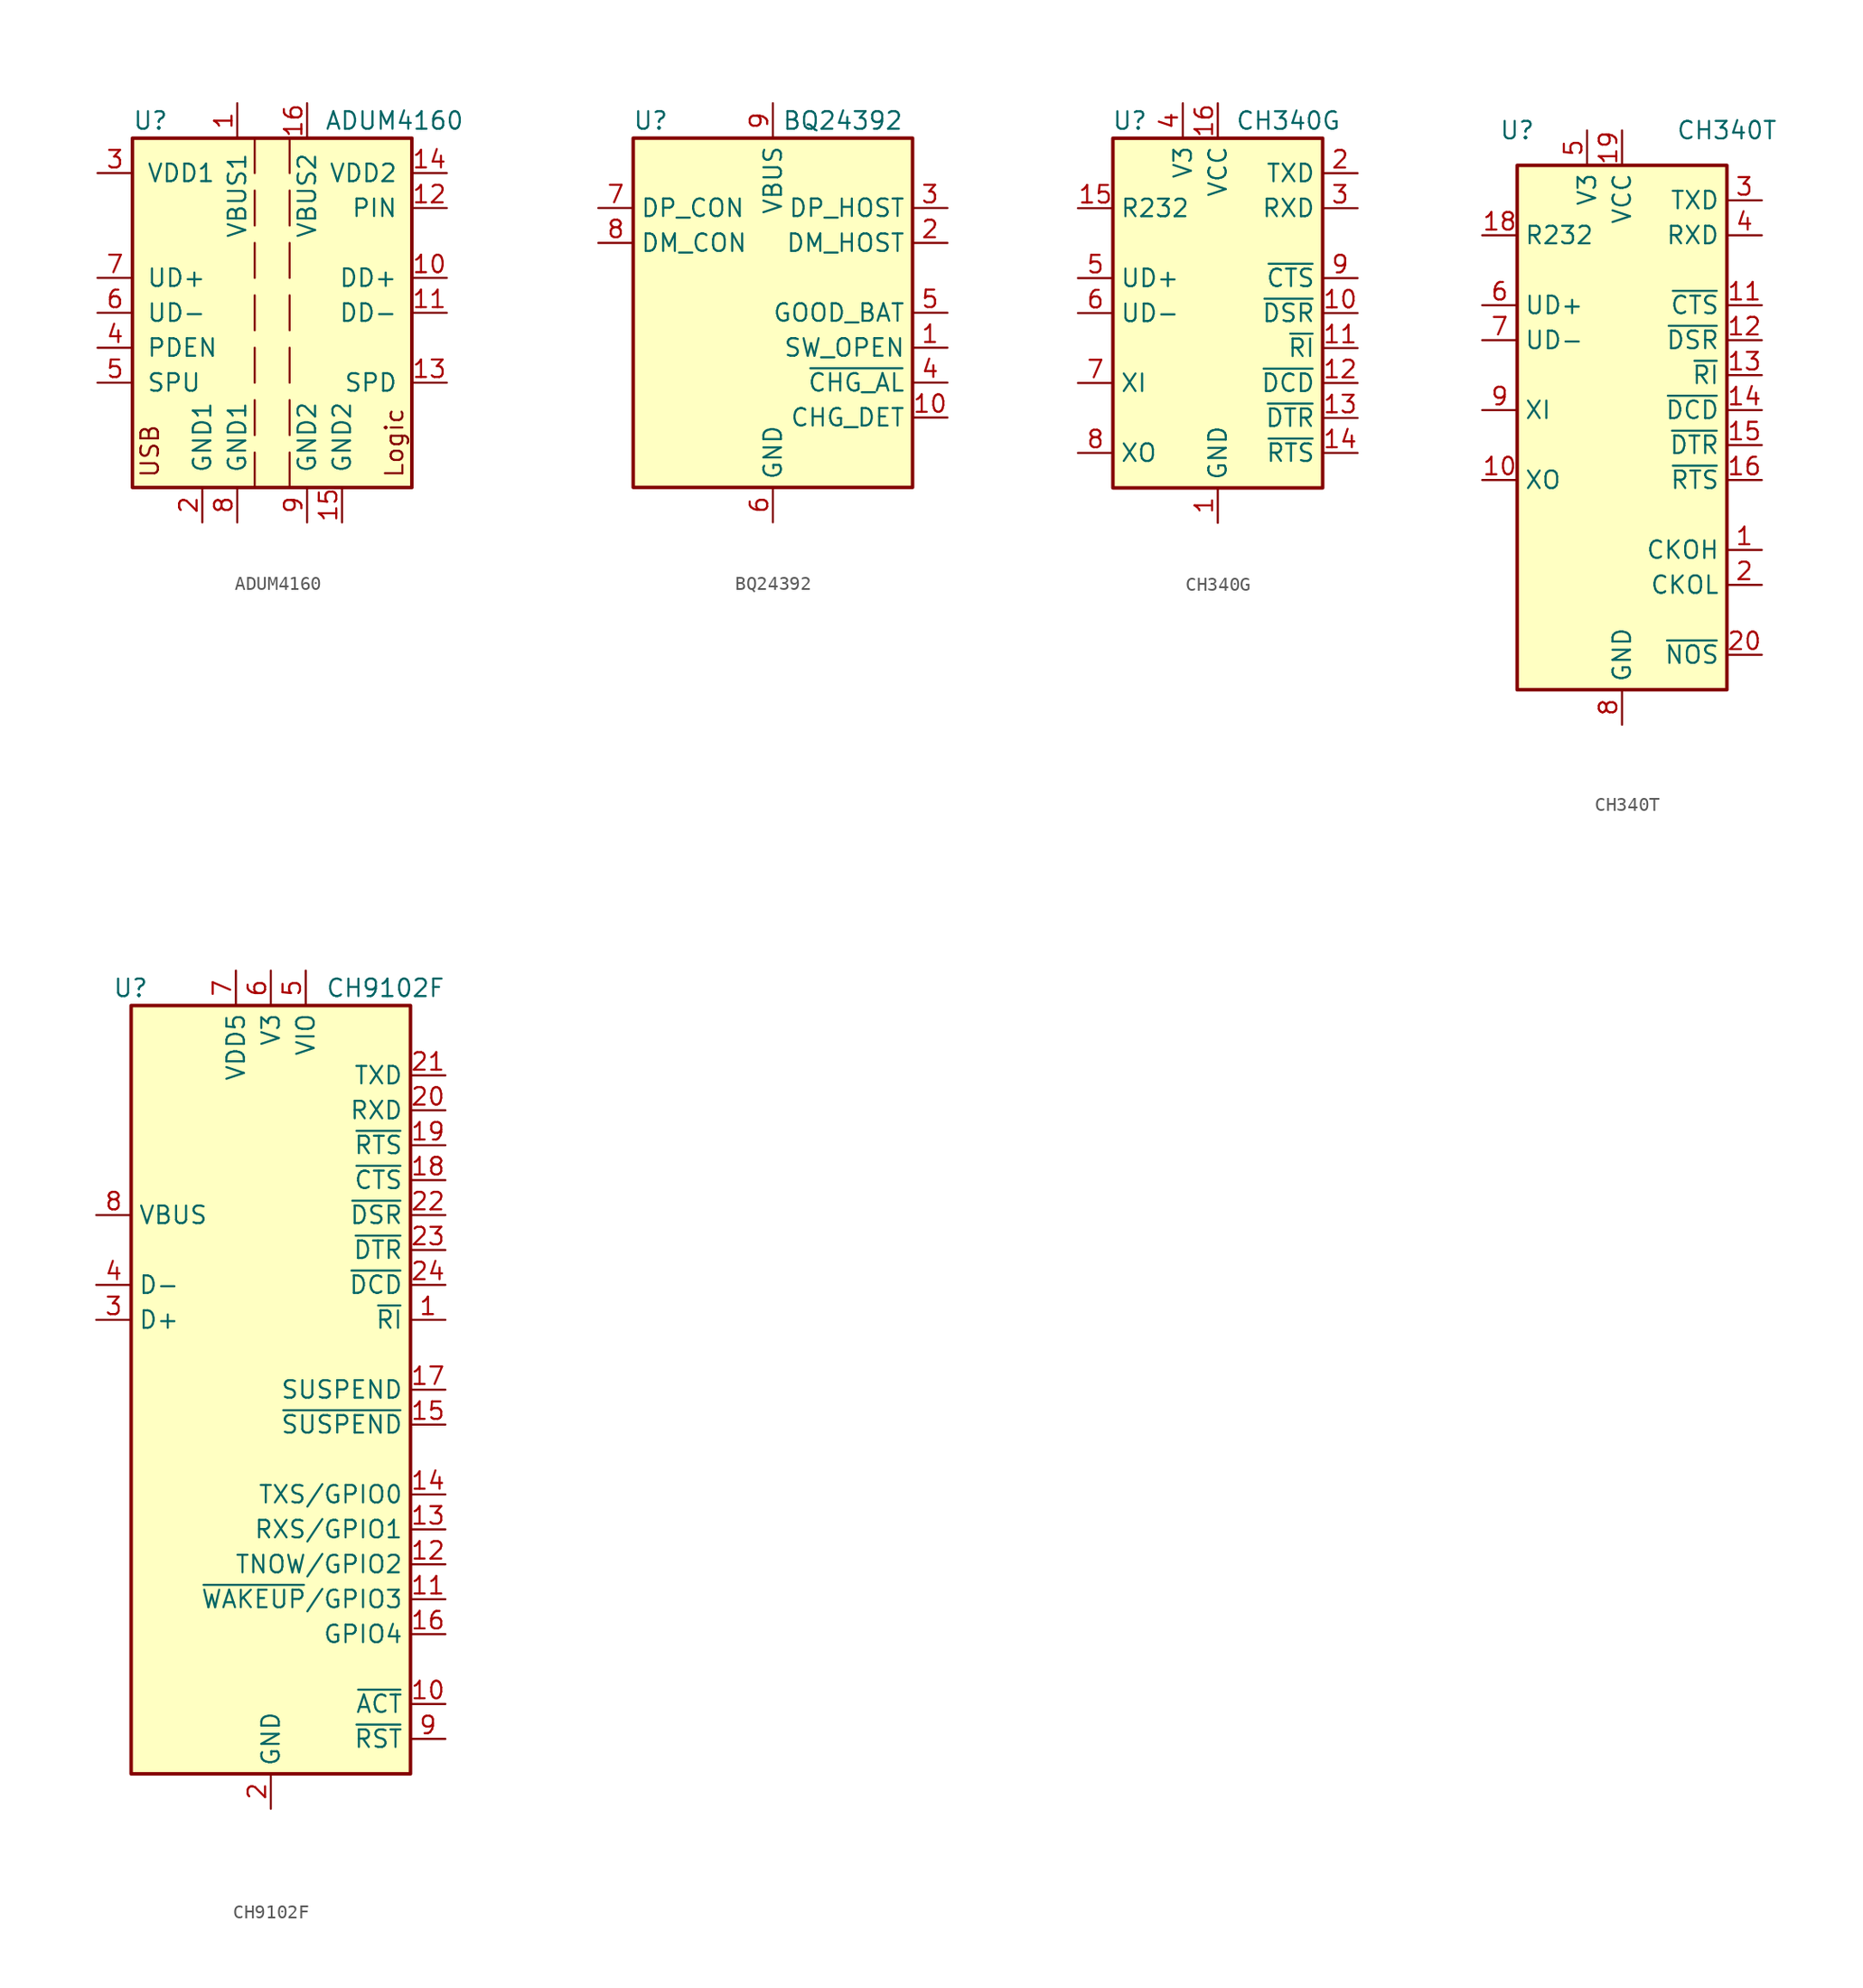
<source format=kicad_sym>
(kicad_symbol_lib
  (version 20220914)
  (generator kicad_symbol_editor)
  (symbol "ADUM4160"
    (pin_names
      (offset 1.016))
    (property "Reference" "U"
      (at -10.16 13.97 0)
      (effects (font (size 1.27 1.27)) (justify left)))
    (property "Value" "ADUM4160"
      (at 3.81 13.97 0)
      (effects (font (size 1.27 1.27)) (justify left)))
    (symbol "ADUM4160_0_0"
      (text "Logic" (at 8.89 -12.065 900) (effects (font (size 1.27 1.27)) (justify left))))
    (symbol "ADUM4160_0_1"
      (rectangle (start -10.16 12.7) (end 10.16 -12.7) (stroke (width 0.254) (type default)) (fill (type background)))
      (polyline (pts (xy -1.27 -10.16) (xy -1.27 -12.7)) (stroke (width 0) (type default)) (fill (type none)))
      (polyline (pts (xy -1.27 -6.35) (xy -1.27 -8.89)) (stroke (width 0) (type default)) (fill (type none)))
      (polyline (pts (xy -1.27 -2.54) (xy -1.27 -5.08)) (stroke (width 0) (type default)) (fill (type none)))
      (polyline (pts (xy -1.27 1.27) (xy -1.27 -1.27)) (stroke (width 0) (type default)) (fill (type none)))
      (polyline (pts (xy -1.27 5.08) (xy -1.27 2.54)) (stroke (width 0) (type default)) (fill (type none)))
      (polyline (pts (xy -1.27 8.89) (xy -1.27 6.35)) (stroke (width 0) (type default)) (fill (type none)))
      (polyline (pts (xy -1.27 12.7) (xy -1.27 10.16)) (stroke (width 0) (type default)) (fill (type none)))
      (polyline (pts (xy 1.27 -10.16) (xy 1.27 -12.7)) (stroke (width 0) (type default)) (fill (type none)))
      (polyline (pts (xy 1.27 -6.35) (xy 1.27 -8.89)) (stroke (width 0) (type default)) (fill (type none)))
      (polyline (pts (xy 1.27 -2.54) (xy 1.27 -5.08)) (stroke (width 0) (type default)) (fill (type none)))
      (polyline (pts (xy 1.27 1.27) (xy 1.27 -1.27)) (stroke (width 0) (type default)) (fill (type none)))
      (polyline (pts (xy 1.27 5.08) (xy 1.27 2.54)) (stroke (width 0) (type default)) (fill (type none)))
      (polyline (pts (xy 1.27 8.89) (xy 1.27 6.35)) (stroke (width 0) (type default)) (fill (type none)))
      (polyline (pts (xy 1.27 12.7) (xy 1.27 10.16)) (stroke (width 0) (type default)) (fill (type none))))
    (symbol "ADUM4160_1_0"
      (text "USB" (at -8.89 -12.065 900) (effects (font (size 1.27 1.27)) (justify left))))
    (symbol "ADUM4160_1_1"
      (pin power_in line (at -2.54 15.24 270) (length 2.54) (name "VBUS1" (effects (font (size 1.27 1.27)))) (number "1" (effects (font (size 1.27 1.27)))))
      (pin bidirectional line (at 12.7 2.54 180) (length 2.54) (name "DD+" (effects (font (size 1.27 1.27)))) (number "10" (effects (font (size 1.27 1.27)))))
      (pin bidirectional line (at 12.7 0 180) (length 2.54) (name "DD-" (effects (font (size 1.27 1.27)))) (number "11" (effects (font (size 1.27 1.27)))))
      (pin input line (at 12.7 7.62 180) (length 2.54) (name "PIN" (effects (font (size 1.27 1.27)))) (number "12" (effects (font (size 1.27 1.27)))))
      (pin input line (at 12.7 -5.08 180) (length 2.54) (name "SPD" (effects (font (size 1.27 1.27)))) (number "13" (effects (font (size 1.27 1.27)))))
      (pin power_in line (at 12.7 10.16 180) (length 2.54) (name "VDD2" (effects (font (size 1.27 1.27)))) (number "14" (effects (font (size 1.27 1.27)))))
      (pin power_in line (at 5.08 -15.24 90) (length 2.54) (name "GND2" (effects (font (size 1.27 1.27)))) (number "15" (effects (font (size 1.27 1.27)))))
      (pin power_in line (at 2.54 15.24 270) (length 2.54) (name "VBUS2" (effects (font (size 1.27 1.27)))) (number "16" (effects (font (size 1.27 1.27)))))
      (pin power_in line (at -5.08 -15.24 90) (length 2.54) (name "GND1" (effects (font (size 1.27 1.27)))) (number "2" (effects (font (size 1.27 1.27)))))
      (pin power_in line (at -12.7 10.16 0) (length 2.54) (name "VDD1" (effects (font (size 1.27 1.27)))) (number "3" (effects (font (size 1.27 1.27)))))
      (pin input line (at -12.7 -2.54 0) (length 2.54) (name "PDEN" (effects (font (size 1.27 1.27)))) (number "4" (effects (font (size 1.27 1.27)))))
      (pin input line (at -12.7 -5.08 0) (length 2.54) (name "SPU" (effects (font (size 1.27 1.27)))) (number "5" (effects (font (size 1.27 1.27)))))
      (pin bidirectional line (at -12.7 0 0) (length 2.54) (name "UD-" (effects (font (size 1.27 1.27)))) (number "6" (effects (font (size 1.27 1.27)))))
      (pin bidirectional line (at -12.7 2.54 0) (length 2.54) (name "UD+" (effects (font (size 1.27 1.27)))) (number "7" (effects (font (size 1.27 1.27)))))
      (pin power_in line (at -2.54 -15.24 90) (length 2.54) (name "GND1" (effects (font (size 1.27 1.27)))) (number "8" (effects (font (size 1.27 1.27)))))
      (pin power_in line (at 2.54 -15.24 90) (length 2.54) (name "GND2" (effects (font (size 1.27 1.27)))) (number "9" (effects (font (size 1.27 1.27)))))))
  (symbol "BQ24392"
    (property "Reference" "U"
      (at -8.89 13.97 0)
      (effects (font (size 1.27 1.27))))
    (property "Value" "BQ24392"
      (at 5.08 13.97 0)
      (effects (font (size 1.27 1.27))))
    (symbol "BQ24392_0_1"
      (rectangle (start -10.16 12.7) (end 10.16 -12.7) (stroke (width 0.254) (type default)) (fill (type background))))
    (symbol "BQ24392_1_1"
      (pin open_collector line (at 12.7 -2.54 180) (length 2.54) (name "SW_OPEN" (effects (font (size 1.27 1.27)))) (number "1" (effects (font (size 1.27 1.27)))))
      (pin output line (at 12.7 -7.62 180) (length 2.54) (name "CHG_DET" (effects (font (size 1.27 1.27)))) (number "10" (effects (font (size 1.27 1.27)))))
      (pin bidirectional line (at 12.7 5.08 180) (length 2.54) (name "DM_HOST" (effects (font (size 1.27 1.27)))) (number "2" (effects (font (size 1.27 1.27)))))
      (pin bidirectional line (at 12.7 7.62 180) (length 2.54) (name "DP_HOST" (effects (font (size 1.27 1.27)))) (number "3" (effects (font (size 1.27 1.27)))))
      (pin open_collector line (at 12.7 -5.08 180) (length 2.54) (name "~{CHG_AL}" (effects (font (size 1.27 1.27)))) (number "4" (effects (font (size 1.27 1.27)))))
      (pin input line (at 12.7 0 180) (length 2.54) (name "GOOD_BAT" (effects (font (size 1.27 1.27)))) (number "5" (effects (font (size 1.27 1.27)))))
      (pin power_in line (at 0 -15.24 90) (length 2.54) (name "GND" (effects (font (size 1.27 1.27)))) (number "6" (effects (font (size 1.27 1.27)))))
      (pin bidirectional line (at -12.7 7.62 0) (length 2.54) (name "DP_CON" (effects (font (size 1.27 1.27)))) (number "7" (effects (font (size 1.27 1.27)))))
      (pin bidirectional line (at -12.7 5.08 0) (length 2.54) (name "DM_CON" (effects (font (size 1.27 1.27)))) (number "8" (effects (font (size 1.27 1.27)))))
      (pin power_in line (at 0 15.24 270) (length 2.54) (name "VBUS" (effects (font (size 1.27 1.27)))) (number "9" (effects (font (size 1.27 1.27)))))))
  (symbol "CH340G"
    (property "Reference" "U"
      (at -5.08 13.97 0)
      (effects (font (size 1.27 1.27)) (justify right)))
    (property "Value" "CH340G"
      (at 1.27 13.97 0)
      (effects (font (size 1.27 1.27)) (justify left)))
    (symbol "CH340G_0_1"
      (rectangle (start -7.62 12.7) (end 7.62 -12.7) (stroke (width 0.254) (type default)) (fill (type background))))
    (symbol "CH340G_1_1"
      (pin power_in line (at 0 -15.24 90) (length 2.54) (name "GND" (effects (font (size 1.27 1.27)))) (number "1" (effects (font (size 1.27 1.27)))))
      (pin input line (at 10.16 0 180) (length 2.54) (name "~{DSR}" (effects (font (size 1.27 1.27)))) (number "10" (effects (font (size 1.27 1.27)))))
      (pin input line (at 10.16 -2.54 180) (length 2.54) (name "~{RI}" (effects (font (size 1.27 1.27)))) (number "11" (effects (font (size 1.27 1.27)))))
      (pin input line (at 10.16 -5.08 180) (length 2.54) (name "~{DCD}" (effects (font (size 1.27 1.27)))) (number "12" (effects (font (size 1.27 1.27)))))
      (pin output line (at 10.16 -7.62 180) (length 2.54) (name "~{DTR}" (effects (font (size 1.27 1.27)))) (number "13" (effects (font (size 1.27 1.27)))))
      (pin output line (at 10.16 -10.16 180) (length 2.54) (name "~{RTS}" (effects (font (size 1.27 1.27)))) (number "14" (effects (font (size 1.27 1.27)))))
      (pin input line (at -10.16 7.62 0) (length 2.54) (name "R232" (effects (font (size 1.27 1.27)))) (number "15" (effects (font (size 1.27 1.27)))))
      (pin power_in line (at 0 15.24 270) (length 2.54) (name "VCC" (effects (font (size 1.27 1.27)))) (number "16" (effects (font (size 1.27 1.27)))))
      (pin output line (at 10.16 10.16 180) (length 2.54) (name "TXD" (effects (font (size 1.27 1.27)))) (number "2" (effects (font (size 1.27 1.27)))))
      (pin input line (at 10.16 7.62 180) (length 2.54) (name "RXD" (effects (font (size 1.27 1.27)))) (number "3" (effects (font (size 1.27 1.27)))))
      (pin passive line (at -2.54 15.24 270) (length 2.54) (name "V3" (effects (font (size 1.27 1.27)))) (number "4" (effects (font (size 1.27 1.27)))))
      (pin bidirectional line (at -10.16 2.54 0) (length 2.54) (name "UD+" (effects (font (size 1.27 1.27)))) (number "5" (effects (font (size 1.27 1.27)))))
      (pin bidirectional line (at -10.16 0 0) (length 2.54) (name "UD-" (effects (font (size 1.27 1.27)))) (number "6" (effects (font (size 1.27 1.27)))))
      (pin input line (at -10.16 -5.08 0) (length 2.54) (name "XI" (effects (font (size 1.27 1.27)))) (number "7" (effects (font (size 1.27 1.27)))))
      (pin output line (at -10.16 -10.16 0) (length 2.54) (name "XO" (effects (font (size 1.27 1.27)))) (number "8" (effects (font (size 1.27 1.27)))))
      (pin input line (at 10.16 2.54 180) (length 2.54) (name "~{CTS}" (effects (font (size 1.27 1.27)))) (number "9" (effects (font (size 1.27 1.27)))))))
  (symbol "CH340T"
    (property "Reference" "U"
      (at -7.62 22.86 0)
      (effects (font (size 1.27 1.27))))
    (property "Value" "CH340T"
      (at 7.62 22.86 0)
      (effects (font (size 1.27 1.27))))
    (symbol "CH340T_1_1"
      (rectangle (start -7.62 20.32) (end 7.62 -17.78) (stroke (width 0.254) (type default)) (fill (type background)))
      (pin output line (at 10.16 -7.62 180) (length 2.54) (name "CKOH" (effects (font (size 1.27 1.27)))) (number "1" (effects (font (size 1.27 1.27)))))
      (pin output line (at -10.16 -2.54 0) (length 2.54) (name "XO" (effects (font (size 1.27 1.27)))) (number "10" (effects (font (size 1.27 1.27)))))
      (pin input line (at 10.16 10.16 180) (length 2.54) (name "~{CTS}" (effects (font (size 1.27 1.27)))) (number "11" (effects (font (size 1.27 1.27)))))
      (pin input line (at 10.16 7.62 180) (length 2.54) (name "~{DSR}" (effects (font (size 1.27 1.27)))) (number "12" (effects (font (size 1.27 1.27)))))
      (pin input line (at 10.16 5.08 180) (length 2.54) (name "~{RI}" (effects (font (size 1.27 1.27)))) (number "13" (effects (font (size 1.27 1.27)))))
      (pin input line (at 10.16 2.54 180) (length 2.54) (name "~{DCD}" (effects (font (size 1.27 1.27)))) (number "14" (effects (font (size 1.27 1.27)))))
      (pin output line (at 10.16 0 180) (length 2.54) (name "~{DTR}" (effects (font (size 1.27 1.27)))) (number "15" (effects (font (size 1.27 1.27)))))
      (pin output line (at 10.16 -2.54 180) (length 2.54) (name "~{RTS}" (effects (font (size 1.27 1.27)))) (number "16" (effects (font (size 1.27 1.27)))))
      (pin no_connect line (at -7.62 -7.62 0) (length 2.54) hide (name "NC" (effects (font (size 1.27 1.27)))) (number "17" (effects (font (size 1.27 1.27)))))
      (pin input line (at -10.16 15.24 0) (length 2.54) (name "R232" (effects (font (size 1.27 1.27)))) (number "18" (effects (font (size 1.27 1.27)))))
      (pin power_in line (at 0 22.86 270) (length 2.54) (name "VCC" (effects (font (size 1.27 1.27)))) (number "19" (effects (font (size 1.27 1.27)))))
      (pin output line (at 10.16 -10.16 180) (length 2.54) (name "CKOL" (effects (font (size 1.27 1.27)))) (number "2" (effects (font (size 1.27 1.27)))))
      (pin input line (at 10.16 -15.24 180) (length 2.54) (name "~{NOS}" (effects (font (size 1.27 1.27)))) (number "20" (effects (font (size 1.27 1.27)))))
      (pin output line (at 10.16 17.78 180) (length 2.54) (name "TXD" (effects (font (size 1.27 1.27)))) (number "3" (effects (font (size 1.27 1.27)))))
      (pin input line (at 10.16 15.24 180) (length 2.54) (name "RXD" (effects (font (size 1.27 1.27)))) (number "4" (effects (font (size 1.27 1.27)))))
      (pin passive line (at -2.54 22.86 270) (length 2.54) (name "V3" (effects (font (size 1.27 1.27)))) (number "5" (effects (font (size 1.27 1.27)))))
      (pin bidirectional line (at -10.16 10.16 0) (length 2.54) (name "UD+" (effects (font (size 1.27 1.27)))) (number "6" (effects (font (size 1.27 1.27)))))
      (pin bidirectional line (at -10.16 7.62 0) (length 2.54) (name "UD-" (effects (font (size 1.27 1.27)))) (number "7" (effects (font (size 1.27 1.27)))))
      (pin power_in line (at 0 -20.32 90) (length 2.54) (name "GND" (effects (font (size 1.27 1.27)))) (number "8" (effects (font (size 1.27 1.27)))))
      (pin input line (at -10.16 2.54 0) (length 2.54) (name "XI" (effects (font (size 1.27 1.27)))) (number "9" (effects (font (size 1.27 1.27)))))))
  (symbol "CH9102F"
    (property "Reference" "U"
      (at -8.89 29.21 0)
      (effects (font (size 1.27 1.27)) (justify right)))
    (property "Value" "CH9102F"
      (at 12.7 29.21 0)
      (effects (font (size 1.27 1.27)) (justify right)))
    (symbol "CH9102F_1_1"
      (rectangle (start -10.16 27.94) (end 10.16 -27.94) (stroke (width 0.254) (type default)) (fill (type background)))
      (pin input line (at 12.7 5.08 180) (length 2.54) (name "~{RI}" (effects (font (size 1.27 1.27)))) (number "1" (effects (font (size 1.27 1.27)))))
      (pin output line (at 12.7 -22.86 180) (length 2.54) (name "~{ACT}" (effects (font (size 1.27 1.27)))) (number "10" (effects (font (size 1.27 1.27)))))
      (pin bidirectional line (at 12.7 -15.24 180) (length 2.54) (name "~{WAKEUP}/GPIO3" (effects (font (size 1.27 1.27)))) (number "11" (effects (font (size 1.27 1.27)))))
      (pin bidirectional line (at 12.7 -12.7 180) (length 2.54) (name "TNOW/GPIO2" (effects (font (size 1.27 1.27)))) (number "12" (effects (font (size 1.27 1.27)))))
      (pin bidirectional line (at 12.7 -10.16 180) (length 2.54) (name "RXS/GPIO1" (effects (font (size 1.27 1.27)))) (number "13" (effects (font (size 1.27 1.27)))))
      (pin bidirectional line (at 12.7 -7.62 180) (length 2.54) (name "TXS/GPIO0" (effects (font (size 1.27 1.27)))) (number "14" (effects (font (size 1.27 1.27)))))
      (pin output line (at 12.7 -2.54 180) (length 2.54) (name "~{SUSPEND}" (effects (font (size 1.27 1.27)))) (number "15" (effects (font (size 1.27 1.27)))))
      (pin bidirectional line (at 12.7 -17.78 180) (length 2.54) (name "GPIO4" (effects (font (size 1.27 1.27)))) (number "16" (effects (font (size 1.27 1.27)))))
      (pin output line (at 12.7 0 180) (length 2.54) (name "SUSPEND" (effects (font (size 1.27 1.27)))) (number "17" (effects (font (size 1.27 1.27)))))
      (pin input line (at 12.7 15.24 180) (length 2.54) (name "~{CTS}" (effects (font (size 1.27 1.27)))) (number "18" (effects (font (size 1.27 1.27)))))
      (pin output line (at 12.7 17.78 180) (length 2.54) (name "~{RTS}" (effects (font (size 1.27 1.27)))) (number "19" (effects (font (size 1.27 1.27)))))
      (pin power_in line (at 0 -30.48 90) (length 2.54) (name "GND" (effects (font (size 1.27 1.27)))) (number "2" (effects (font (size 1.27 1.27)))))
      (pin input line (at 12.7 20.32 180) (length 2.54) (name "RXD" (effects (font (size 1.27 1.27)))) (number "20" (effects (font (size 1.27 1.27)))))
      (pin output line (at 12.7 22.86 180) (length 2.54) (name "TXD" (effects (font (size 1.27 1.27)))) (number "21" (effects (font (size 1.27 1.27)))))
      (pin input line (at 12.7 12.7 180) (length 2.54) (name "~{DSR}" (effects (font (size 1.27 1.27)))) (number "22" (effects (font (size 1.27 1.27)))))
      (pin output line (at 12.7 10.16 180) (length 2.54) (name "~{DTR}" (effects (font (size 1.27 1.27)))) (number "23" (effects (font (size 1.27 1.27)))))
      (pin input line (at 12.7 7.62 180) (length 2.54) (name "~{DCD}" (effects (font (size 1.27 1.27)))) (number "24" (effects (font (size 1.27 1.27)))))
      (pin passive line (at 0 -30.48 90) (length 2.54) hide (name "GND" (effects (font (size 1.27 1.27)))) (number "25" (effects (font (size 1.27 1.27)))))
      (pin bidirectional line (at -12.7 5.08 0) (length 2.54) (name "D+" (effects (font (size 1.27 1.27)))) (number "3" (effects (font (size 1.27 1.27)))))
      (pin bidirectional line (at -12.7 7.62 0) (length 2.54) (name "D-" (effects (font (size 1.27 1.27)))) (number "4" (effects (font (size 1.27 1.27)))))
      (pin power_in line (at 2.54 30.48 270) (length 2.54) (name "VIO" (effects (font (size 1.27 1.27)))) (number "5" (effects (font (size 1.27 1.27)))))
      (pin power_out line (at 0 30.48 270) (length 2.54) (name "V3" (effects (font (size 1.27 1.27)))) (number "6" (effects (font (size 1.27 1.27)))))
      (pin power_in line (at -2.54 30.48 270) (length 2.54) (name "VDD5" (effects (font (size 1.27 1.27)))) (number "7" (effects (font (size 1.27 1.27)))))
      (pin input line (at -12.7 12.7 0) (length 2.54) (name "VBUS" (effects (font (size 1.27 1.27)))) (number "8" (effects (font (size 1.27 1.27)))))
      (pin input line (at 12.7 -25.4 180) (length 2.54) (name "~{RST}" (effects (font (size 1.27 1.27)))) (number "9" (effects (font (size 1.27 1.27))))))))
</source>
